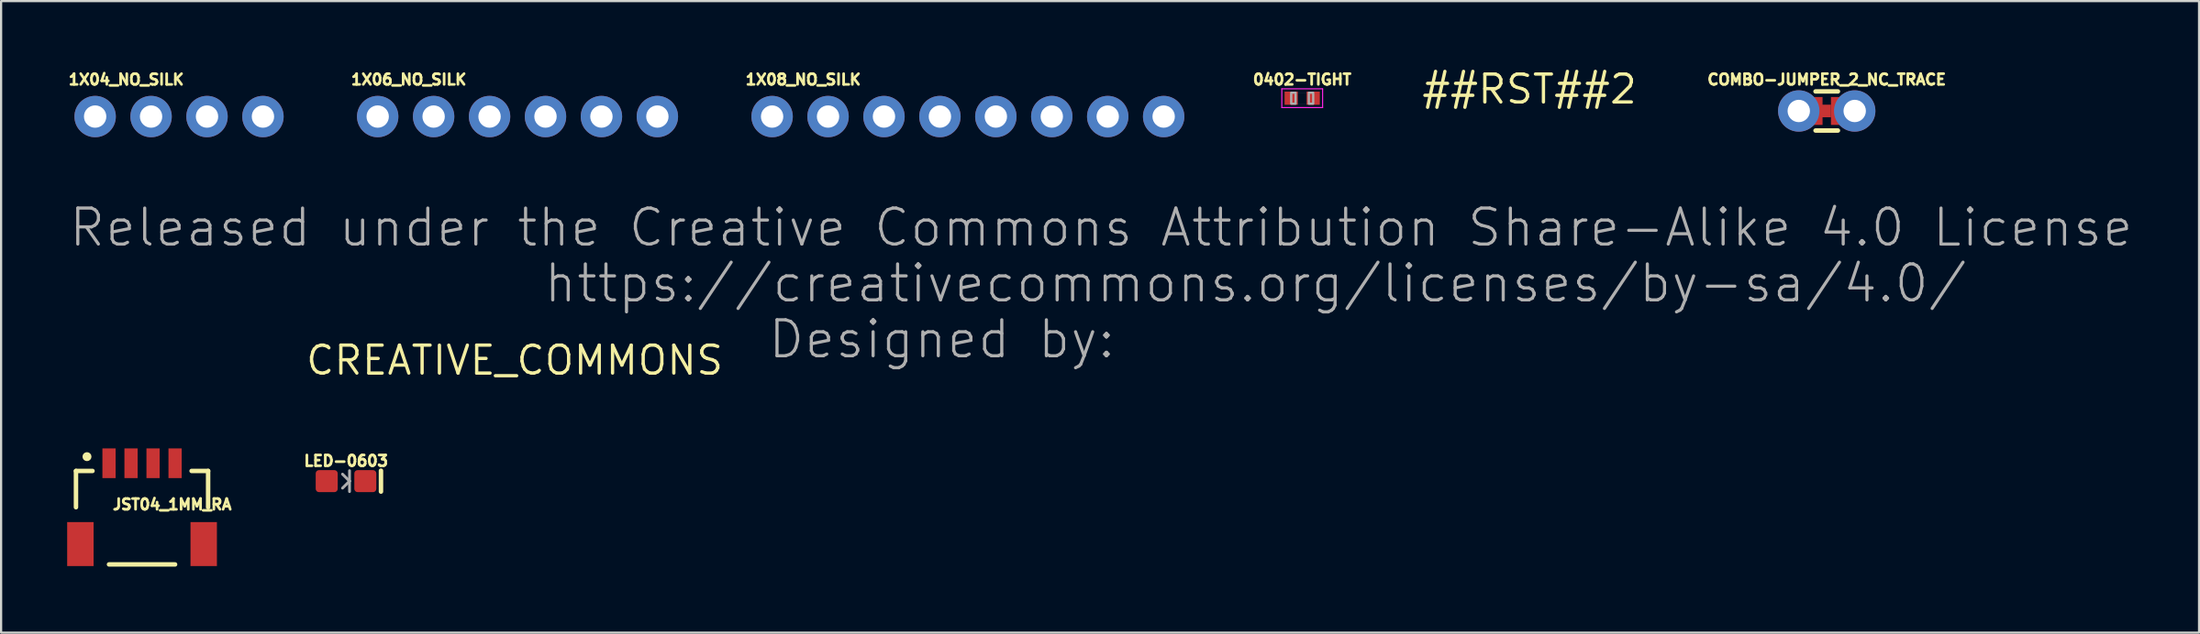
<source format=kicad_pcb>
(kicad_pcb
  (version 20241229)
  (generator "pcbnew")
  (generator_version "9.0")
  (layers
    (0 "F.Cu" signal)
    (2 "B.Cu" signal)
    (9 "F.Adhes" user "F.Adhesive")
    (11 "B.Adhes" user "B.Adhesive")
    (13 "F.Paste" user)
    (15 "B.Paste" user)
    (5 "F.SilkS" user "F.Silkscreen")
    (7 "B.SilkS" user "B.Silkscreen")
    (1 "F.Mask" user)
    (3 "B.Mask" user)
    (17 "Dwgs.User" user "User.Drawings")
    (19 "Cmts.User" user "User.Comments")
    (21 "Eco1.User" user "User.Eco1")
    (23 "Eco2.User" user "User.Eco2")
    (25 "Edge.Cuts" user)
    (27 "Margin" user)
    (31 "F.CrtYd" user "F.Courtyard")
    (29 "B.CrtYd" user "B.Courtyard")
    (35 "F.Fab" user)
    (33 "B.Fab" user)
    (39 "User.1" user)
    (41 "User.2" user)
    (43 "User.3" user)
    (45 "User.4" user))
  (footprint "1X08_NO_SILK"
    (layer "F.Cu")
    (at 32.01 2.25)
    (property "Reference" "1X08_NO_SILK" (at -1.27 -1.397 0) (unlocked yes) (layer "F.SilkS") (effects (font (size 0.488 0.488) (thickness 0.122)) (justify left bottom)))
    (fp_poly (pts (xy -0.254 0.254) (xy 0.254 0.254) (xy 0.254 -0.254) (xy -0.254 -0.254)) (stroke (width 0.1) (type default)) (fill no) (layer "F.Fab"))
    (fp_poly (pts (xy 2.286 0.254) (xy 2.794 0.254) (xy 2.794 -0.254) (xy 2.286 -0.254)) (stroke (width 0.1) (type default)) (fill no) (layer "F.Fab"))
    (fp_poly (pts (xy 4.826 0.254) (xy 5.334 0.254) (xy 5.334 -0.254) (xy 4.826 -0.254)) (stroke (width 0.1) (type default)) (fill no) (layer "F.Fab"))
    (fp_poly (pts (xy 7.366 0.254) (xy 7.874 0.254) (xy 7.874 -0.254) (xy 7.366 -0.254)) (stroke (width 0.1) (type default)) (fill no) (layer "F.Fab"))
    (fp_poly (pts (xy 9.906 0.254) (xy 10.414 0.254) (xy 10.414 -0.254) (xy 9.906 -0.254)) (stroke (width 0.1) (type default)) (fill no) (layer "F.Fab"))
    (fp_poly (pts (xy 12.446 0.254) (xy 12.954 0.254) (xy 12.954 -0.254) (xy 12.446 -0.254)) (stroke (width 0.1) (type default)) (fill no) (layer "F.Fab"))
    (fp_poly (pts (xy 14.986 0.254) (xy 15.494 0.254) (xy 15.494 -0.254) (xy 14.986 -0.254)) (stroke (width 0.1) (type default)) (fill no) (layer "F.Fab"))
    (fp_poly (pts (xy 17.526 0.254) (xy 18.034 0.254) (xy 18.034 -0.254) (xy 17.526 -0.254)) (stroke (width 0.1) (type default)) (fill no) (layer "F.Fab"))
    (pad "1" thru_hole circle (at 0 0 90) (size 1.88 1.88) (drill 1.016) (layers "*.Cu" "*.Mask"))
    (pad "2" thru_hole circle (at 2.54 0 90) (size 1.88 1.88) (drill 1.016) (layers "*.Cu" "*.Mask"))
    (pad "3" thru_hole circle (at 5.08 0 90) (size 1.88 1.88) (drill 1.016) (layers "*.Cu" "*.Mask"))
    (pad "4" thru_hole circle (at 7.62 0 90) (size 1.88 1.88) (drill 1.016) (layers "*.Cu" "*.Mask"))
    (pad "5" thru_hole circle (at 10.16 0 90) (size 1.88 1.88) (drill 1.016) (layers "*.Cu" "*.Mask"))
    (pad "6" thru_hole circle (at 12.7 0 90) (size 1.88 1.88) (drill 1.016) (layers "*.Cu" "*.Mask"))
    (pad "7" thru_hole circle (at 15.24 0 90) (size 1.88 1.88) (drill 1.016) (layers "*.Cu" "*.Mask"))
    (pad "8" thru_hole circle (at 17.78 0 90) (size 1.88 1.88) (drill 1.016) (layers "*.Cu" "*.Mask")))
  (footprint "1X04_NO_SILK"
    (layer "F.Cu")
    (at 1.27 2.25)
    (property "Reference" "1X04_NO_SILK" (at -1.27 -1.397 0) (unlocked yes) (layer "F.SilkS") (effects (font (size 0.488 0.488) (thickness 0.122)) (justify left bottom)))
    (fp_poly (pts (xy -0.254 0.254) (xy 0.254 0.254) (xy 0.254 -0.254) (xy -0.254 -0.254)) (stroke (width 0.1) (type default)) (fill no) (layer "F.Fab"))
    (fp_poly (pts (xy 2.286 0.254) (xy 2.794 0.254) (xy 2.794 -0.254) (xy 2.286 -0.254)) (stroke (width 0.1) (type default)) (fill no) (layer "F.Fab"))
    (fp_poly (pts (xy 4.826 0.254) (xy 5.334 0.254) (xy 5.334 -0.254) (xy 4.826 -0.254)) (stroke (width 0.1) (type default)) (fill no) (layer "F.Fab"))
    (fp_poly (pts (xy 7.366 0.254) (xy 7.874 0.254) (xy 7.874 -0.254) (xy 7.366 -0.254)) (stroke (width 0.1) (type default)) (fill no) (layer "F.Fab"))
    (pad "1" thru_hole circle (at 0 0 90) (size 1.88 1.88) (drill 1.016) (layers "*.Cu" "*.Mask"))
    (pad "2" thru_hole circle (at 2.54 0 90) (size 1.88 1.88) (drill 1.016) (layers "*.Cu" "*.Mask"))
    (pad "3" thru_hole circle (at 5.08 0 90) (size 1.88 1.88) (drill 1.016) (layers "*.Cu" "*.Mask"))
    (pad "4" thru_hole circle (at 7.62 0 90) (size 1.88 1.88) (drill 1.016) (layers "*.Cu" "*.Mask")))
  (footprint "COMBO-JUMPER_2_NC_TRACE"
    (layer "F.Cu")
    (at 79.899 1.996)
    (property "Reference" "COMBO-JUMPER_2_NC_TRACE" (at 0 -1.143 0) (unlocked yes) (layer "F.SilkS") (effects (font (size 0.488 0.488) (thickness 0.122)) (justify bottom)))
    (fp_poly (pts (xy 0.191 0.286) (xy -0.705 0.286) (xy -0.705 -0.286) (xy 0.191 -0.286)) (stroke (width 0) (type default)) (fill yes) (layer "F.Cu"))
    (fp_poly (pts (xy 0.254 0.724) (xy -0.254 0.724) (xy -0.254 -0.724) (xy 0.254 -0.724)) (stroke (width 0) (type default)) (fill yes) (layer "F.Mask"))
    (fp_line (start 0.508 -0.889) (end -0.508 -0.889) (stroke (width 0.203) (type solid)) (layer "F.SilkS"))
    (fp_line (start 0.508 0.889) (end -0.508 0.889) (stroke (width 0.203) (type solid)) (layer "F.SilkS"))
    (fp_poly (pts (xy -1.524 0.254) (xy -1.016 0.254) (xy -1.016 -0.254) (xy -1.524 -0.254)) (stroke (width 0.1) (type default)) (fill no) (layer "F.Fab"))
    (fp_poly (pts (xy 1.016 0.254) (xy 1.524 0.254) (xy 1.524 -0.254) (xy 1.016 -0.254)) (stroke (width 0.1) (type default)) (fill no) (layer "F.Fab"))
    (pad "1" smd rect (at -0.508 0) (size 0.635 1.27) (layers "F.Cu" "F.Mask"))
    (pad "2" smd rect (at 0.508 0) (size 0.635 1.27) (layers "F.Cu" "F.Mask"))
    (pad "3" thru_hole circle (at -1.27 0 90) (size 1.88 1.88) (drill 1.016) (layers "*.Cu" "*.Mask"))
    (pad "4" thru_hole circle (at 1.27 0 90) (size 1.88 1.88) (drill 1.016) (layers "*.Cu" "*.Mask")))
  (footprint "0402-TIGHT"
    (layer "F.Cu")
    (at 56.081 1.415)
    (property "Reference" "0402-TIGHT" (at 0 -0.562 0) (unlocked yes) (layer "F.SilkS") (effects (font (size 0.488 0.488) (thickness 0.122)) (justify bottom)))
    (fp_line (start -0.926 -0.426) (end -0.926 0.426) (stroke (width 0.05) (type solid)) (layer "F.CrtYd"))
    (fp_line (start -0.926 0.426) (end 0.926 0.426) (stroke (width 0.05) (type solid)) (layer "F.CrtYd"))
    (fp_line (start 0.926 -0.426) (end -0.926 -0.426) (stroke (width 0.05) (type solid)) (layer "F.CrtYd"))
    (fp_line (start 0.926 0.426) (end 0.926 -0.426) (stroke (width 0.05) (type solid)) (layer "F.CrtYd"))
    (fp_line (start -0.5 -0.25) (end 0.5 -0.25) (stroke (width 0.003) (type solid)) (layer "F.Fab"))
    (fp_line (start -0.5 0.25) (end -0.5 -0.25) (stroke (width 0.003) (type solid)) (layer "F.Fab"))
    (fp_line (start 0.5 -0.25) (end 0.5 0.25) (stroke (width 0.003) (type solid)) (layer "F.Fab"))
    (fp_line (start 0.5 0.25) (end -0.5 0.25) (stroke (width 0.003) (type solid)) (layer "F.Fab"))
    (fp_poly (pts (xy -0.5 0.25) (xy -0.3 0.25) (xy -0.3 -0.25) (xy -0.5 -0.25)) (stroke (width 0.1) (type default)) (fill no) (layer "F.Fab"))
    (fp_poly (pts (xy 0.5 -0.25) (xy 0.3 -0.25) (xy 0.3 0.25) (xy 0.5 0.25)) (stroke (width 0.1) (type default)) (fill no) (layer "F.Fab"))
    (pad "1" smd rect (at -0.5 0) (size 0.6 0.6) (layers "F.Cu" "F.Mask" "F.Paste"))
    (pad "2" smd rect (at 0.5 0) (size 0.6 0.6) (layers "F.Cu" "F.Mask" "F.Paste")))
  (footprint "LED-0603"
    (layer "F.Cu")
    (at 12.662 18.827)
    (property "Reference" "LED-0603" (at 0 -0.635 0) (unlocked yes) (layer "F.SilkS") (effects (font (size 0.488 0.488) (thickness 0.122)) (justify bottom)))
    (fp_line (start 1.587 -0.476) (end 1.587 0.476) (stroke (width 0.203) (type solid)) (layer "F.SilkS"))
    (fp_line (start 0.159 -0.476) (end 0.159 0) (stroke (width 0.127) (type solid)) (layer "F.Fab"))
    (fp_line (start 0.159 0) (end -0.159 -0.318) (stroke (width 0.127) (type solid)) (layer "F.Fab"))
    (fp_line (start 0.159 0) (end -0.159 0.318) (stroke (width 0.127) (type solid)) (layer "F.Fab"))
    (fp_line (start 0.159 0) (end 0.159 0.476) (stroke (width 0.127) (type solid)) (layer "F.Fab"))
    (pad "A" smd roundrect (at -0.877 0 270) (size 1 1) (layers "F.Cu" "F.Mask" "F.Paste") (roundrect_rratio 0.15))
    (pad "C" smd roundrect (at 0.877 0 270) (size 1 1) (layers "F.Cu" "F.Mask" "F.Paste") (roundrect_rratio 0.15)))
  (footprint "1X06_NO_SILK"
    (layer "F.Cu")
    (at 14.1 2.25)
    (property "Reference" "1X06_NO_SILK" (at -1.27 -1.397 0) (unlocked yes) (layer "F.SilkS") (effects (font (size 0.488 0.488) (thickness 0.122)) (justify left bottom)))
    (fp_poly (pts (xy -0.254 0.254) (xy 0.254 0.254) (xy 0.254 -0.254) (xy -0.254 -0.254)) (stroke (width 0.1) (type default)) (fill no) (layer "F.Fab"))
    (fp_poly (pts (xy 2.286 0.254) (xy 2.794 0.254) (xy 2.794 -0.254) (xy 2.286 -0.254)) (stroke (width 0.1) (type default)) (fill no) (layer "F.Fab"))
    (fp_poly (pts (xy 4.826 0.254) (xy 5.334 0.254) (xy 5.334 -0.254) (xy 4.826 -0.254)) (stroke (width 0.1) (type default)) (fill no) (layer "F.Fab"))
    (fp_poly (pts (xy 7.366 0.254) (xy 7.874 0.254) (xy 7.874 -0.254) (xy 7.366 -0.254)) (stroke (width 0.1) (type default)) (fill no) (layer "F.Fab"))
    (fp_poly (pts (xy 9.906 0.254) (xy 10.414 0.254) (xy 10.414 -0.254) (xy 9.906 -0.254)) (stroke (width 0.1) (type default)) (fill no) (layer "F.Fab"))
    (fp_poly (pts (xy 12.446 0.254) (xy 12.954 0.254) (xy 12.954 -0.254) (xy 12.446 -0.254)) (stroke (width 0.1) (type default)) (fill no) (layer "F.Fab"))
    (pad "1" thru_hole circle (at 0 0 90) (size 1.88 1.88) (drill 1.016) (layers "*.Cu" "*.Mask"))
    (pad "2" thru_hole circle (at 2.54 0 90) (size 1.88 1.88) (drill 1.016) (layers "*.Cu" "*.Mask"))
    (pad "3" thru_hole circle (at 5.08 0 90) (size 1.88 1.88) (drill 1.016) (layers "*.Cu" "*.Mask"))
    (pad "4" thru_hole circle (at 7.62 0 90) (size 1.88 1.88) (drill 1.016) (layers "*.Cu" "*.Mask"))
    (pad "5" thru_hole circle (at 10.16 0 90) (size 1.88 1.88) (drill 1.016) (layers "*.Cu" "*.Mask"))
    (pad "6" thru_hole circle (at 12.7 0 90) (size 1.88 1.88) (drill 1.016) (layers "*.Cu" "*.Mask")))
  (footprint "JST04_1MM_RA"
    (layer "F.Cu")
    (at 3.4 18.014)
    (property "Reference" "JST04_1MM_RA" (at -1.397 2.159 0) (unlocked yes) (layer "F.SilkS") (effects (font (size 0.488 0.488) (thickness 0.122)) (justify left bottom)))
    (fp_line (start -3 0.35) (end -2.25 0.35) (stroke (width 0.203) (type solid)) (layer "F.SilkS"))
    (fp_line (start -3 2) (end -3 0.35) (stroke (width 0.203) (type solid)) (layer "F.SilkS"))
    (fp_line (start -1.5 4.6) (end 1.5 4.6) (stroke (width 0.203) (type solid)) (layer "F.SilkS"))
    (fp_line (start 2.25 0.35) (end 3 0.35) (stroke (width 0.203) (type solid)) (layer "F.SilkS"))
    (fp_line (start 3 0.35) (end 3 2) (stroke (width 0.203) (type solid)) (layer "F.SilkS"))
    (fp_circle (center -2.5 -0.3) (end -2.398 -0.3) (stroke (width 0.203) (type solid)) (fill no) (layer "F.SilkS"))
    (pad "1" smd rect (at -1.5 0) (size 0.6 1.35) (layers "F.Cu" "F.Mask" "F.Paste"))
    (pad "2" smd rect (at -0.5 0) (size 0.6 1.35) (layers "F.Cu" "F.Mask" "F.Paste"))
    (pad "3" smd rect (at 0.5 0) (size 0.6 1.35) (layers "F.Cu" "F.Mask" "F.Paste"))
    (pad "4" smd rect (at 1.5 0) (size 0.6 1.35) (layers "F.Cu" "F.Mask" "F.Paste"))
    (pad "NC1" smd rect (at 2.8 3.675) (size 1.2 2) (layers "F.Cu" "F.Mask" "F.Paste"))
    (pad "NC2" smd rect (at -2.8 3.675) (size 1.2 2) (layers "F.Cu" "F.Mask" "F.Paste")))
  (footprint "CREATIVE_COMMONS"
    (layer "F.Cu")
    (at 20.32 13.333)
    (property "Reference" "CREATIVE_COMMONS" (at 0 0 0) (layer "F.SilkS") (effects (font (size 1.27 1.27) (thickness 0.15))))
    (fp_text user "Released under the Creative Commons Attribution Share-Alike 4.0 License" (at -20.32 -5.08 0) (unlocked yes) (layer "F.Fab") (effects (font (size 1.636 1.636) (thickness 0.142)) (justify left bottom)))
    (fp_text user "Designed by:" (at 11.43 0 0) (unlocked yes) (layer "F.Fab") (effects (font (size 1.636 1.636) (thickness 0.142)) (justify left bottom)))
    (fp_text user " https://creativecommons.org/licenses/by-sa/4.0/" (at 0 -2.54 0) (unlocked yes) (layer "F.Fab") (effects (font (size 1.636 1.636) (thickness 0.142)) (justify left bottom))))
  (footprint "##RST##2"
    (layer "F.Cu")
    (at 66.4 1.006)
    (property "Reference" "##RST##2" (at 0 0 0) (layer "F.SilkS") (effects (font (size 1.27 1.27) (thickness 0.15))))
    (fp_poly (pts (xy -1.175 0.108) (xy -1.18 0.11) (xy -1.18 0.105) (xy -1.176 0.105)) (stroke (width 0) (type default)) (fill yes) (layer "F.SilkS")))
  (gr_rect
    (start -3 -3)
    (end 96.805 25.716)
    (stroke (width 0.1) (type default))
    (fill no)
    (layer "Edge.Cuts")))
</source>
